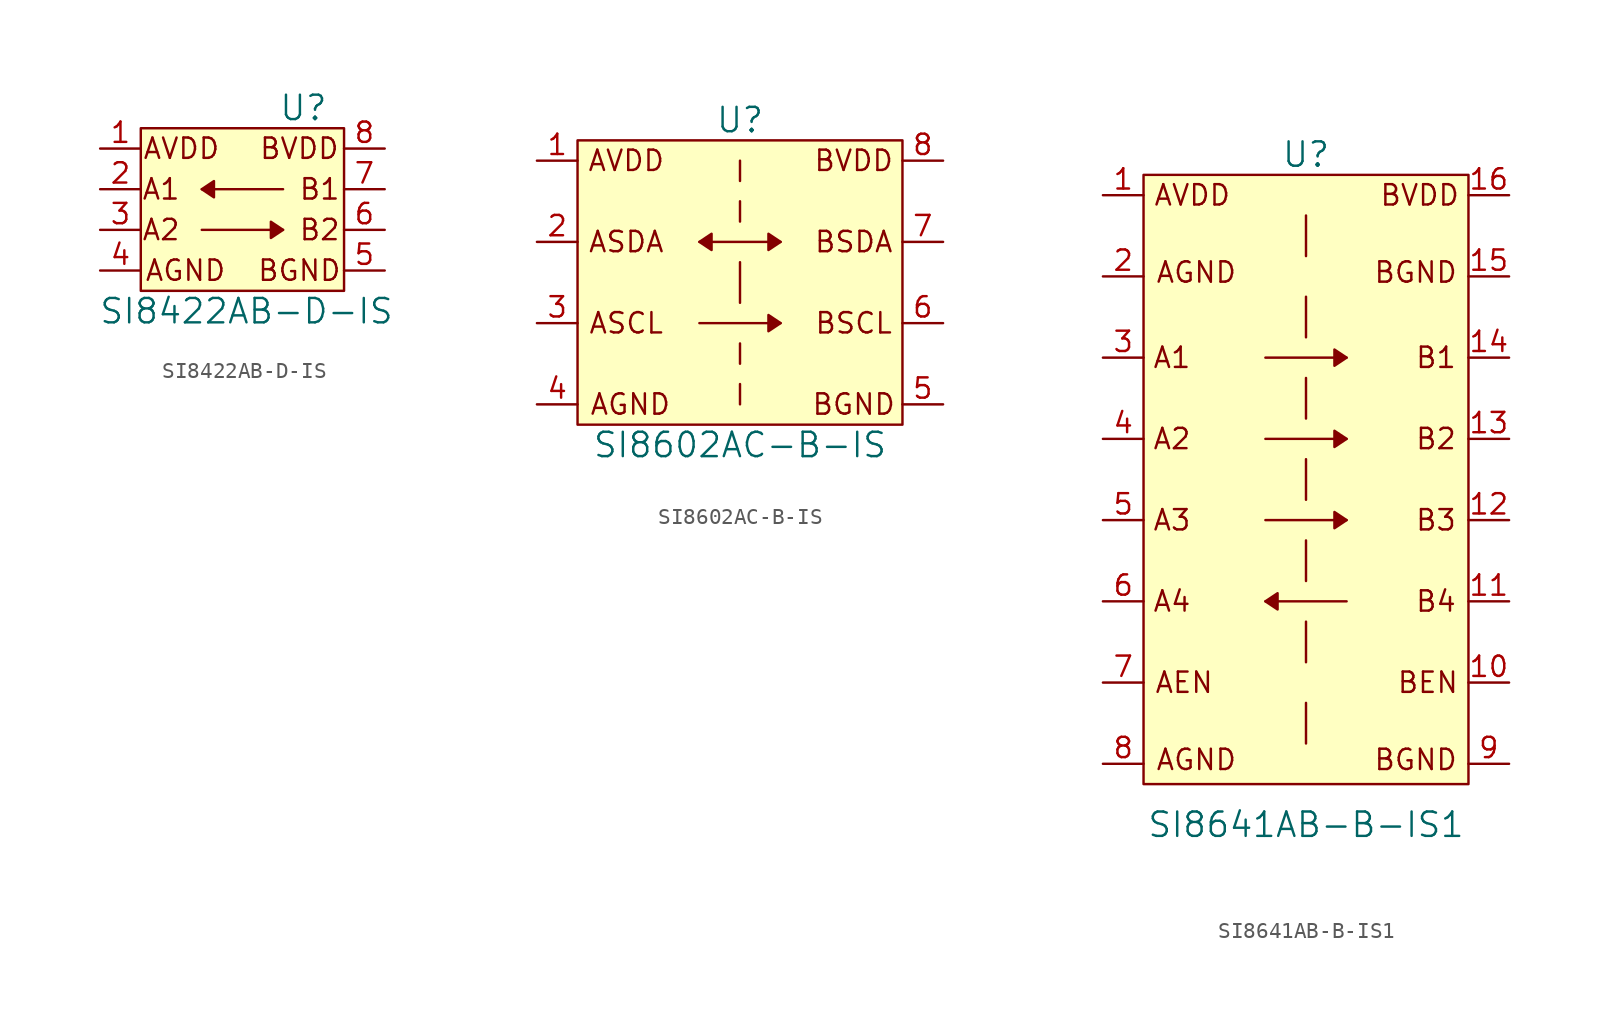
<source format=kicad_sym>
(kicad_symbol_lib
  (version 20231120)
  (generator "kicad_symbol_editor")
  (generator_version "8.0")
  (symbol "SI8422AB-D-IS"
    (pin_names
      (offset 0) hide)
    (property "Reference" "U"
      (at 3.81 6.35 0)
      (effects (font (size 1.524 1.524))))
    (property "Value" "SI8422AB-D-IS"
      (at 0.254 -6.35 0)
      (effects (font (size 1.524 1.524))))
    (symbol "SI8422AB-D-IS_0_0"
      (polyline (pts (xy -2.54 -1.27) (xy 2.54 -1.27)) (stroke (width 0) (type default)) (fill (type none)))
      (polyline (pts (xy -2.54 1.27) (xy 2.54 1.27)) (stroke (width 0) (type default)) (fill (type none)))
      (polyline (pts (xy -2.54 1.27) (xy -1.778 1.778) (xy -1.778 0.762) (xy -2.54 1.27)) (stroke (width 0) (type default)) (fill (type outline)))
      (polyline (pts (xy 2.54 -1.27) (xy 1.778 -0.762) (xy 1.778 -1.778) (xy 2.54 -1.27)) (stroke (width 0) (type default)) (fill (type outline)))
      (polyline (pts (xy -6.35 5.08) (xy 6.35 5.08) (xy 6.35 -5.08) (xy -6.35 -5.08) (xy -6.35 5.08)) (stroke (width 0) (type default)) (fill (type background)))
      (text "A1" (at -5.08 1.27 0) (effects (font (size 1.27 1.27))))
      (text "A2" (at -5.08 -1.27 0) (effects (font (size 1.27 1.27))))
      (text "AGND" (at -3.556 -3.81 0) (effects (font (size 1.27 1.27))))
      (text "AVDD" (at -3.81 3.81 0) (effects (font (size 1.27 1.27))))
      (text "B1" (at 4.826 1.27 0) (effects (font (size 1.27 1.27))))
      (text "B2" (at 4.826 -1.27 0) (effects (font (size 1.27 1.27))))
      (text "BGND" (at 3.556 -3.81 0) (effects (font (size 1.27 1.27))))
      (text "BVDD" (at 3.556 3.81 0) (effects (font (size 1.27 1.27)))))
    (symbol "SI8422AB-D-IS_1_1"
      (pin power_in line (at -8.89 3.81 0) (length 2.54) (name "AVDD" (effects (font (size 1.27 1.27)))) (number "1" (effects (font (size 1.27 1.27)))))
      (pin output line (at -8.89 1.27 0) (length 2.54) (name "A1" (effects (font (size 1.27 1.27)))) (number "2" (effects (font (size 1.27 1.27)))))
      (pin input line (at -8.89 -1.27 0) (length 2.54) (name "A2" (effects (font (size 1.27 1.27)))) (number "3" (effects (font (size 1.27 1.27)))))
      (pin power_in line (at -8.89 -3.81 0) (length 2.54) (name "AGND" (effects (font (size 1.27 1.27)))) (number "4" (effects (font (size 1.27 1.27)))))
      (pin power_in line (at 8.89 -3.81 180) (length 2.54) (name "BGND" (effects (font (size 1.27 1.27)))) (number "5" (effects (font (size 1.27 1.27)))))
      (pin output line (at 8.89 -1.27 180) (length 2.54) (name "B2" (effects (font (size 1.27 1.27)))) (number "6" (effects (font (size 1.27 1.27)))))
      (pin input line (at 8.89 1.27 180) (length 2.54) (name "B1" (effects (font (size 1.27 1.27)))) (number "7" (effects (font (size 1.27 1.27)))))
      (pin power_in line (at 8.89 3.81 180) (length 2.54) (name "BVDD" (effects (font (size 1.27 1.27)))) (number "8" (effects (font (size 1.27 1.27)))))))
  (symbol "SI8602AC-B-IS"
    (pin_names
      (offset 0) hide)
    (property "Reference" "U"
      (at 0 10.16 0)
      (effects (font (size 1.524 1.524))))
    (property "Value" "SI8602AC-B-IS"
      (at 0 -10.16 0)
      (effects (font (size 1.524 1.524))))
    (symbol "SI8602AC-B-IS_0_0"
      (polyline (pts (xy -2.54 -2.54) (xy 2.54 -2.54)) (stroke (width 0) (type default)) (fill (type none)))
      (polyline (pts (xy -2.54 2.54) (xy 2.54 2.54)) (stroke (width 0) (type default)) (fill (type none)))
      (polyline (pts (xy 0 -6.35) (xy 0 -7.62)) (stroke (width 0) (type default)) (fill (type none)))
      (polyline (pts (xy 0 -3.81) (xy 0 -5.08)) (stroke (width 0) (type default)) (fill (type none)))
      (polyline (pts (xy 0 1.27) (xy 0 -1.27)) (stroke (width 0) (type default)) (fill (type none)))
      (polyline (pts (xy 0 5.08) (xy 0 3.81)) (stroke (width 0) (type default)) (fill (type none)))
      (polyline (pts (xy 0 7.62) (xy 0 6.35)) (stroke (width 0) (type default)) (fill (type none)))
      (polyline (pts (xy -2.54 2.54) (xy -1.778 3.048) (xy -1.778 2.032) (xy -2.54 2.54)) (stroke (width 0) (type default)) (fill (type outline)))
      (polyline (pts (xy 2.54 -2.54) (xy 1.778 -2.032) (xy 1.778 -3.048) (xy 2.54 -2.54)) (stroke (width 0) (type default)) (fill (type outline)))
      (polyline (pts (xy 2.54 2.54) (xy 1.778 3.048) (xy 1.778 2.032) (xy 2.54 2.54)) (stroke (width 0) (type default)) (fill (type outline)))
      (polyline (pts (xy -10.16 8.89) (xy 10.16 8.89) (xy 10.16 -8.89) (xy -10.16 -8.89) (xy -10.16 8.89)) (stroke (width 0) (type default)) (fill (type background)))
      (text "AGND" (at -6.858 -7.62 0) (effects (font (size 1.27 1.27))))
      (text "ASCL" (at -7.112 -2.54 0) (effects (font (size 1.27 1.27))))
      (text "ASDA" (at -7.112 2.54 0) (effects (font (size 1.27 1.27))))
      (text "AVDD" (at -7.112 7.62 0) (effects (font (size 1.27 1.27))))
      (text "BGND" (at 7.112 -7.62 0) (effects (font (size 1.27 1.27))))
      (text "BSCL" (at 7.112 -2.54 0) (effects (font (size 1.27 1.27))))
      (text "BSDA" (at 7.112 2.54 0) (effects (font (size 1.27 1.27))))
      (text "BVDD" (at 7.112 7.62 0) (effects (font (size 1.27 1.27)))))
    (symbol "SI8602AC-B-IS_1_1"
      (pin input line (at -12.7 7.62 0) (length 2.54) (name "AVDD" (effects (font (size 1.27 1.27)))) (number "1" (effects (font (size 1.27 1.27)))))
      (pin input line (at -12.7 2.54 0) (length 2.54) (name "ASDA" (effects (font (size 1.27 1.27)))) (number "2" (effects (font (size 1.27 1.27)))))
      (pin input line (at -12.7 -2.54 0) (length 2.54) (name "ASCL" (effects (font (size 1.27 1.27)))) (number "3" (effects (font (size 1.27 1.27)))))
      (pin input line (at -12.7 -7.62 0) (length 2.54) (name "AGND" (effects (font (size 1.27 1.27)))) (number "4" (effects (font (size 1.27 1.27)))))
      (pin input line (at 12.7 -7.62 180) (length 2.54) (name "BGND" (effects (font (size 1.27 1.27)))) (number "5" (effects (font (size 1.27 1.27)))))
      (pin input line (at 12.7 -2.54 180) (length 2.54) (name "BSCL" (effects (font (size 1.27 1.27)))) (number "6" (effects (font (size 1.27 1.27)))))
      (pin input line (at 12.7 2.54 180) (length 2.54) (name "BSDA" (effects (font (size 1.27 1.27)))) (number "7" (effects (font (size 1.27 1.27)))))
      (pin input line (at 12.7 7.62 180) (length 2.54) (name "BVDD" (effects (font (size 1.27 1.27)))) (number "8" (effects (font (size 1.27 1.27)))))))
  (symbol "SI8641AB-B-IS1"
    (pin_names
      (offset 0) hide)
    (property "Reference" "U"
      (at 0 20.32 0)
      (effects (font (size 1.524 1.524))))
    (property "Value" "SI8641AB-B-IS1"
      (at 0 -21.59 0)
      (effects (font (size 1.524 1.524))))
    (symbol "SI8641AB-B-IS1_0_0"
      (polyline (pts (xy -2.54 -7.62) (xy 2.54 -7.62)) (stroke (width 0) (type default)) (fill (type none)))
      (polyline (pts (xy -2.54 -2.54) (xy 2.54 -2.54)) (stroke (width 0) (type default)) (fill (type none)))
      (polyline (pts (xy -2.54 2.54) (xy 2.54 2.54)) (stroke (width 0) (type default)) (fill (type none)))
      (polyline (pts (xy -2.54 7.62) (xy 2.54 7.62)) (stroke (width 0) (type default)) (fill (type none)))
      (polyline (pts (xy 0 -13.97) (xy 0 -16.51)) (stroke (width 0) (type default)) (fill (type none)))
      (polyline (pts (xy 0 -8.89) (xy 0 -11.43)) (stroke (width 0) (type default)) (fill (type none)))
      (polyline (pts (xy 0 -3.81) (xy 0 -6.35)) (stroke (width 0) (type default)) (fill (type none)))
      (polyline (pts (xy 0 1.27) (xy 0 -1.27)) (stroke (width 0) (type default)) (fill (type none)))
      (polyline (pts (xy 0 6.35) (xy 0 3.81)) (stroke (width 0) (type default)) (fill (type none)))
      (polyline (pts (xy 0 11.43) (xy 0 8.89)) (stroke (width 0) (type default)) (fill (type none)))
      (polyline (pts (xy 0 16.51) (xy 0 13.97)) (stroke (width 0) (type default)) (fill (type none)))
      (polyline (pts (xy -2.54 -7.62) (xy -1.778 -7.112) (xy -1.778 -8.128) (xy -2.54 -7.62)) (stroke (width 0) (type default)) (fill (type outline)))
      (polyline (pts (xy 2.54 -2.54) (xy 1.778 -2.032) (xy 1.778 -3.048) (xy 2.54 -2.54)) (stroke (width 0) (type default)) (fill (type outline)))
      (polyline (pts (xy 2.54 2.54) (xy 1.778 3.048) (xy 1.778 2.032) (xy 2.54 2.54)) (stroke (width 0) (type default)) (fill (type outline)))
      (polyline (pts (xy 2.54 7.62) (xy 1.778 8.128) (xy 1.778 7.112) (xy 2.54 7.62)) (stroke (width 0) (type default)) (fill (type outline)))
      (polyline (pts (xy -10.16 19.05) (xy 10.16 19.05) (xy 10.16 -19.05) (xy -10.16 -19.05) (xy -10.16 1.27) (xy -10.16 19.05)) (stroke (width 0) (type default)) (fill (type background)))
      (text "A1" (at -8.382 7.62 0) (effects (font (size 1.27 1.27))))
      (text "A2" (at -8.382 2.54 0) (effects (font (size 1.27 1.27))))
      (text "A3" (at -8.382 -2.54 0) (effects (font (size 1.27 1.27))))
      (text "A4" (at -8.382 -7.62 0) (effects (font (size 1.27 1.27))))
      (text "AEN" (at -7.62 -12.7 0) (effects (font (size 1.27 1.27))))
      (text "AGND" (at -6.858 -17.526 0) (effects (font (size 1.27 1.27))))
      (text "AGND" (at -6.858 12.954 0) (effects (font (size 1.27 1.27))))
      (text "AVDD" (at -7.112 17.78 0) (effects (font (size 1.27 1.27))))
      (text "B1" (at 8.128 7.62 0) (effects (font (size 1.27 1.27))))
      (text "B2" (at 8.128 2.54 0) (effects (font (size 1.27 1.27))))
      (text "B3" (at 8.128 -2.54 0) (effects (font (size 1.27 1.27))))
      (text "B4" (at 8.128 -7.62 0) (effects (font (size 1.27 1.27))))
      (text "BEN" (at 7.62 -12.7 0) (effects (font (size 1.27 1.27))))
      (text "BGND" (at 6.858 -17.526 0) (effects (font (size 1.27 1.27))))
      (text "BGND" (at 6.858 12.954 0) (effects (font (size 1.27 1.27))))
      (text "BVDD" (at 7.112 17.78 0) (effects (font (size 1.27 1.27)))))
    (symbol "SI8641AB-B-IS1_1_1"
      (pin input line (at -12.7 17.78 0) (length 2.54) (name "AVDD" (effects (font (size 1.27 1.27)))) (number "1" (effects (font (size 1.27 1.27)))))
      (pin input line (at 12.7 -12.7 180) (length 2.54) (name "BEN" (effects (font (size 1.27 1.27)))) (number "10" (effects (font (size 1.27 1.27)))))
      (pin input line (at 12.7 -7.62 180) (length 2.54) (name "B4" (effects (font (size 1.27 1.27)))) (number "11" (effects (font (size 1.27 1.27)))))
      (pin output line (at 12.7 -2.54 180) (length 2.54) (name "B3" (effects (font (size 1.27 1.27)))) (number "12" (effects (font (size 1.27 1.27)))))
      (pin output line (at 12.7 2.54 180) (length 2.54) (name "B2" (effects (font (size 1.27 1.27)))) (number "13" (effects (font (size 1.27 1.27)))))
      (pin output line (at 12.7 7.62 180) (length 2.54) (name "B1" (effects (font (size 1.27 1.27)))) (number "14" (effects (font (size 1.27 1.27)))))
      (pin input line (at 12.7 12.7 180) (length 2.54) (name "BGND" (effects (font (size 1.27 1.27)))) (number "15" (effects (font (size 1.27 1.27)))))
      (pin input line (at 12.7 17.78 180) (length 2.54) (name "BVDD" (effects (font (size 1.27 1.27)))) (number "16" (effects (font (size 1.27 1.27)))))
      (pin input line (at -12.7 12.7 0) (length 2.54) (name "AGND" (effects (font (size 1.27 1.27)))) (number "2" (effects (font (size 1.27 1.27)))))
      (pin input line (at -12.7 7.62 0) (length 2.54) (name "A1" (effects (font (size 1.27 1.27)))) (number "3" (effects (font (size 1.27 1.27)))))
      (pin input line (at -12.7 2.54 0) (length 2.54) (name "A2" (effects (font (size 1.27 1.27)))) (number "4" (effects (font (size 1.27 1.27)))))
      (pin input line (at -12.7 -2.54 0) (length 2.54) (name "A3" (effects (font (size 1.27 1.27)))) (number "5" (effects (font (size 1.27 1.27)))))
      (pin output line (at -12.7 -7.62 0) (length 2.54) (name "A4" (effects (font (size 1.27 1.27)))) (number "6" (effects (font (size 1.27 1.27)))))
      (pin input line (at -12.7 -12.7 0) (length 2.54) (name "AEN" (effects (font (size 1.27 1.27)))) (number "7" (effects (font (size 1.27 1.27)))))
      (pin input line (at -12.7 -17.78 0) (length 2.54) (name "AGND" (effects (font (size 1.27 1.27)))) (number "8" (effects (font (size 1.27 1.27)))))
      (pin input line (at 12.7 -17.78 180) (length 2.54) (name "BGND" (effects (font (size 1.27 1.27)))) (number "9" (effects (font (size 1.27 1.27))))))))
</source>
